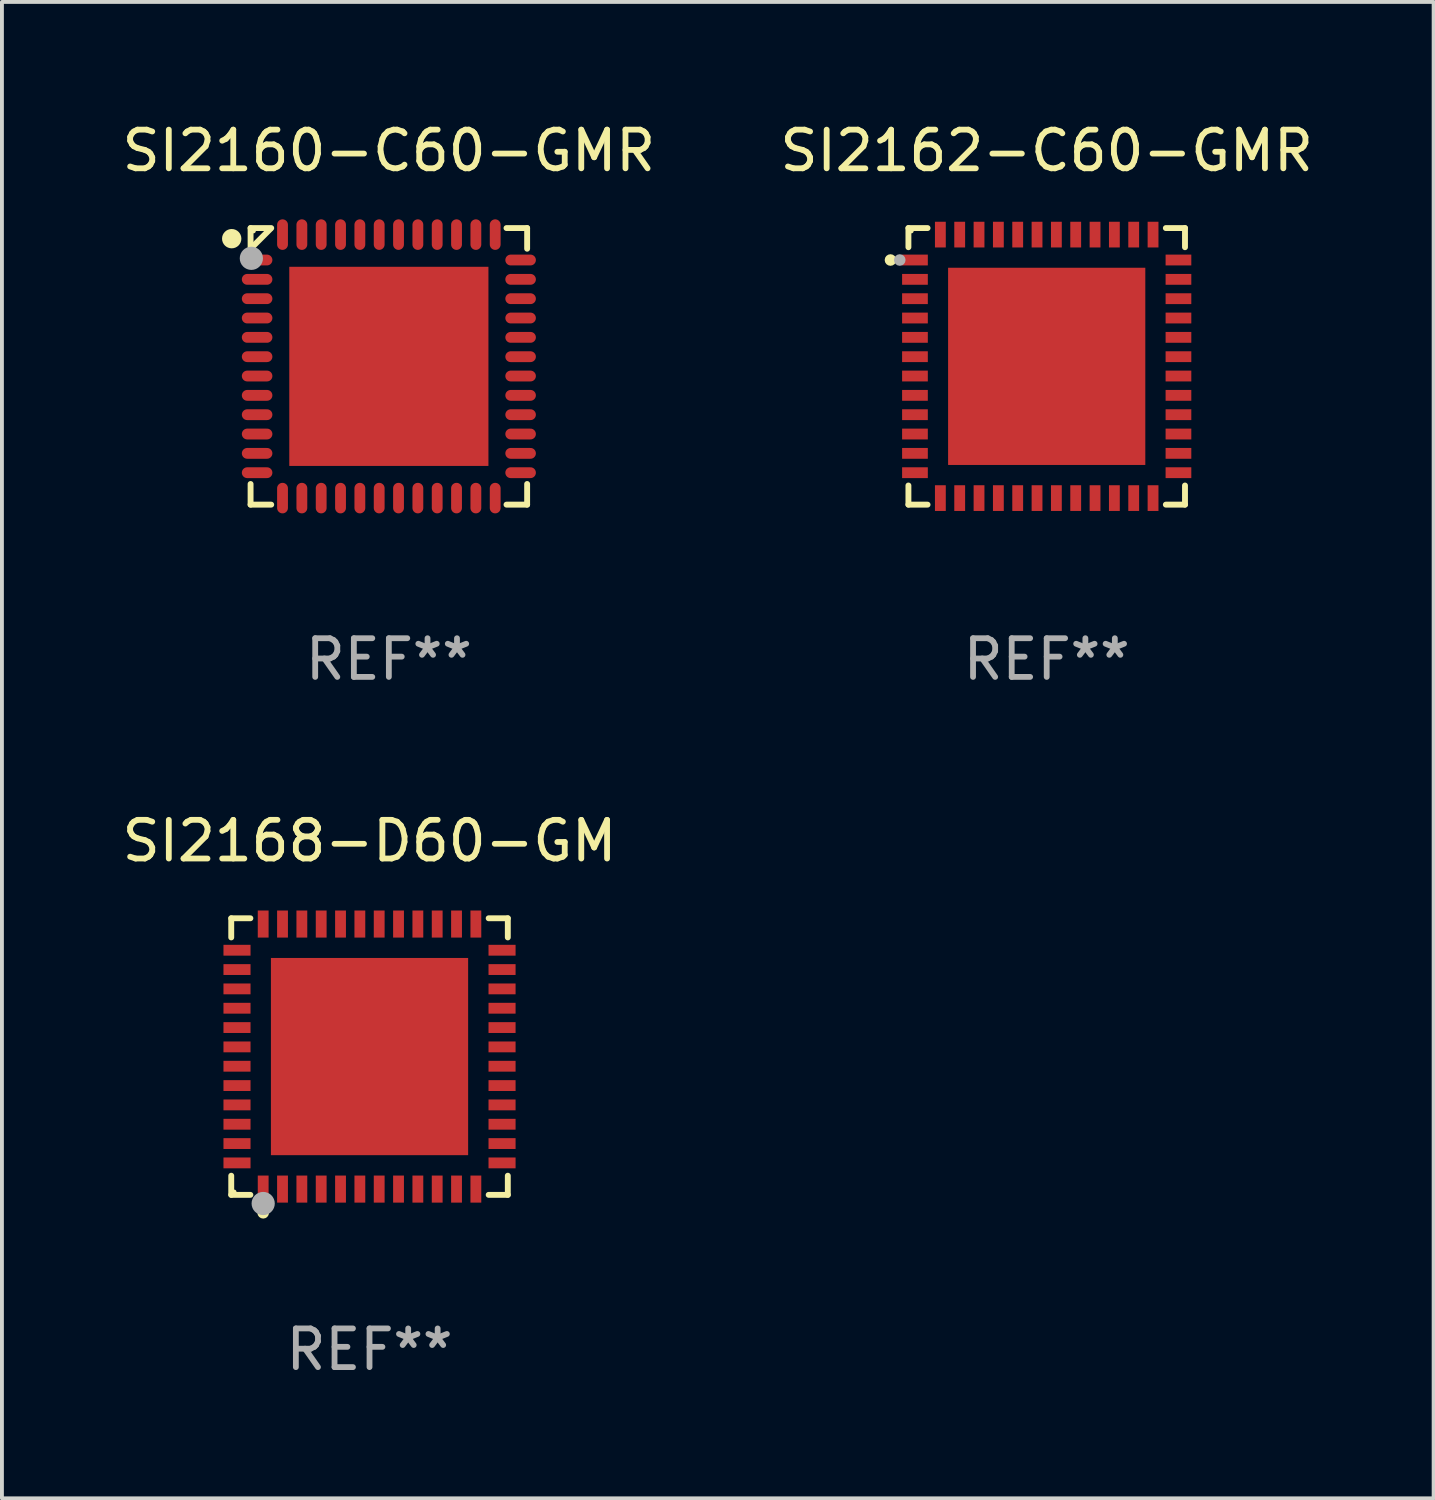
<source format=kicad_pcb>
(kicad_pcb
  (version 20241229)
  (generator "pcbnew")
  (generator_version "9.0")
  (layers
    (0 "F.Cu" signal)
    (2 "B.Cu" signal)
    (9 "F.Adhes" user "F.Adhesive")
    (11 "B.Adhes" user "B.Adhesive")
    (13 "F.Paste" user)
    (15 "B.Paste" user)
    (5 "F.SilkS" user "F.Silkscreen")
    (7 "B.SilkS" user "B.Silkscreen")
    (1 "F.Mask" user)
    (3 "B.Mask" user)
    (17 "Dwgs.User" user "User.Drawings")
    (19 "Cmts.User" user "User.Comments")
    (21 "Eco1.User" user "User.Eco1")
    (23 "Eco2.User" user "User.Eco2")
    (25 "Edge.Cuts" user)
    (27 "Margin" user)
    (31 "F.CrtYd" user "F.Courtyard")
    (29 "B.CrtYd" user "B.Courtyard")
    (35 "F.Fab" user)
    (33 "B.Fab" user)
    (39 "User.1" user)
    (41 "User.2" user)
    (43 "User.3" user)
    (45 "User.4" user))
  (footprint "SI2160-C60-GMR"
    (layer "F.Cu")
    (at 7.006 6.424)
    (property "Reference" "SI2160-C60-GMR" (at 0 -5.576 0) (layer "F.SilkS") (effects (font (size 1 1) (thickness 0.15))))
    (attr through_hole)
    (fp_line (start -3.576 -3.576) (end -3.042 -3.576) (stroke (width 0.152) (type solid)) (layer "F.SilkS"))
    (fp_line (start -3.576 -3.042) (end -3.576 -3.576) (stroke (width 0.152) (type solid)) (layer "F.SilkS"))
    (fp_line (start -3.576 3.042) (end -3.576 3.576) (stroke (width 0.152) (type solid)) (layer "F.SilkS"))
    (fp_line (start -3.576 3.576) (end -3.042 3.576) (stroke (width 0.152) (type solid)) (layer "F.SilkS"))
    (fp_line (start -3.069 -3.549) (end -3.549 -3.069) (stroke (width 0.152) (type solid)) (layer "F.SilkS"))
    (fp_line (start 3.576 -3.576) (end 3.042 -3.576) (stroke (width 0.152) (type solid)) (layer "F.SilkS"))
    (fp_line (start 3.576 -3.042) (end 3.576 -3.576) (stroke (width 0.152) (type solid)) (layer "F.SilkS"))
    (fp_line (start 3.576 3.042) (end 3.576 3.576) (stroke (width 0.152) (type solid)) (layer "F.SilkS"))
    (fp_line (start 3.576 3.576) (end 3.042 3.576) (stroke (width 0.152) (type solid)) (layer "F.SilkS"))
    (fp_circle (center -4.064 -3.302) (end -3.939 -3.302) (stroke (width 0.25) (type solid)) (fill no) (layer "F.SilkS"))
    (fp_circle (center -3.5 -3.5) (end -3.47 -3.5) (stroke (width 0.06) (type solid)) (fill no) (layer "F.SilkS"))
    (fp_circle (center -3.556 -2.794) (end -3.406 -2.794) (stroke (width 0.3) (type solid)) (fill no) (layer "F.Fab"))
    (fp_text user "REF**" (at 0 7.576 0) (layer "F.Fab") (effects (font (size 1 1) (thickness 0.15))))
    (pad "1" smd oval (at -3.407 -2.75) (size 0.79 0.28) (layers "F.Cu" "F.Mask" "F.Paste"))
    (pad "2" smd oval (at -3.407 -2.25) (size 0.79 0.28) (layers "F.Cu" "F.Mask" "F.Paste"))
    (pad "3" smd oval (at -3.407 -1.75) (size 0.79 0.28) (layers "F.Cu" "F.Mask" "F.Paste"))
    (pad "4" smd oval (at -3.407 -1.25) (size 0.79 0.28) (layers "F.Cu" "F.Mask" "F.Paste"))
    (pad "5" smd oval (at -3.407 -0.75) (size 0.79 0.28) (layers "F.Cu" "F.Mask" "F.Paste"))
    (pad "6" smd oval (at -3.407 -0.25) (size 0.79 0.28) (layers "F.Cu" "F.Mask" "F.Paste"))
    (pad "7" smd oval (at -3.407 0.25) (size 0.79 0.28) (layers "F.Cu" "F.Mask" "F.Paste"))
    (pad "8" smd oval (at -3.407 0.75) (size 0.79 0.28) (layers "F.Cu" "F.Mask" "F.Paste"))
    (pad "9" smd oval (at -3.407 1.25) (size 0.79 0.28) (layers "F.Cu" "F.Mask" "F.Paste"))
    (pad "10" smd oval (at -3.407 1.75) (size 0.79 0.28) (layers "F.Cu" "F.Mask" "F.Paste"))
    (pad "11" smd oval (at -3.407 2.25) (size 0.79 0.28) (layers "F.Cu" "F.Mask" "F.Paste"))
    (pad "12" smd oval (at -3.407 2.75) (size 0.79 0.28) (layers "F.Cu" "F.Mask" "F.Paste"))
    (pad "13" smd oval (at -2.75 3.407) (size 0.28 0.79) (layers "F.Cu" "F.Mask" "F.Paste"))
    (pad "14" smd oval (at -2.25 3.407) (size 0.28 0.79) (layers "F.Cu" "F.Mask" "F.Paste"))
    (pad "15" smd oval (at -1.75 3.407) (size 0.28 0.79) (layers "F.Cu" "F.Mask" "F.Paste"))
    (pad "16" smd oval (at -1.25 3.407) (size 0.28 0.79) (layers "F.Cu" "F.Mask" "F.Paste"))
    (pad "17" smd oval (at -0.75 3.407) (size 0.28 0.79) (layers "F.Cu" "F.Mask" "F.Paste"))
    (pad "18" smd oval (at -0.25 3.407) (size 0.28 0.79) (layers "F.Cu" "F.Mask" "F.Paste"))
    (pad "19" smd oval (at 0.25 3.407) (size 0.28 0.79) (layers "F.Cu" "F.Mask" "F.Paste"))
    (pad "20" smd oval (at 0.75 3.407) (size 0.28 0.79) (layers "F.Cu" "F.Mask" "F.Paste"))
    (pad "21" smd oval (at 1.25 3.407) (size 0.28 0.79) (layers "F.Cu" "F.Mask" "F.Paste"))
    (pad "22" smd oval (at 1.75 3.407) (size 0.28 0.79) (layers "F.Cu" "F.Mask" "F.Paste"))
    (pad "23" smd oval (at 2.25 3.407) (size 0.28 0.79) (layers "F.Cu" "F.Mask" "F.Paste"))
    (pad "24" smd oval (at 2.75 3.407) (size 0.28 0.79) (layers "F.Cu" "F.Mask" "F.Paste"))
    (pad "25" smd oval (at 3.407 2.75) (size 0.79 0.28) (layers "F.Cu" "F.Mask" "F.Paste"))
    (pad "26" smd oval (at 3.407 2.25) (size 0.79 0.28) (layers "F.Cu" "F.Mask" "F.Paste"))
    (pad "27" smd oval (at 3.407 1.75) (size 0.79 0.28) (layers "F.Cu" "F.Mask" "F.Paste"))
    (pad "28" smd oval (at 3.407 1.25) (size 0.79 0.28) (layers "F.Cu" "F.Mask" "F.Paste"))
    (pad "29" smd oval (at 3.407 0.75) (size 0.79 0.28) (layers "F.Cu" "F.Mask" "F.Paste"))
    (pad "30" smd oval (at 3.407 0.25) (size 0.79 0.28) (layers "F.Cu" "F.Mask" "F.Paste"))
    (pad "31" smd oval (at 3.407 -0.25) (size 0.79 0.28) (layers "F.Cu" "F.Mask" "F.Paste"))
    (pad "32" smd oval (at 3.407 -0.75) (size 0.79 0.28) (layers "F.Cu" "F.Mask" "F.Paste"))
    (pad "33" smd oval (at 3.407 -1.25) (size 0.79 0.28) (layers "F.Cu" "F.Mask" "F.Paste"))
    (pad "34" smd oval (at 3.407 -1.75) (size 0.79 0.28) (layers "F.Cu" "F.Mask" "F.Paste"))
    (pad "35" smd oval (at 3.407 -2.25) (size 0.79 0.28) (layers "F.Cu" "F.Mask" "F.Paste"))
    (pad "36" smd oval (at 3.407 -2.75) (size 0.79 0.28) (layers "F.Cu" "F.Mask" "F.Paste"))
    (pad "37" smd oval (at 2.75 -3.407) (size 0.28 0.79) (layers "F.Cu" "F.Mask" "F.Paste"))
    (pad "38" smd oval (at 2.25 -3.407) (size 0.28 0.79) (layers "F.Cu" "F.Mask" "F.Paste"))
    (pad "39" smd oval (at 1.75 -3.407) (size 0.28 0.79) (layers "F.Cu" "F.Mask" "F.Paste"))
    (pad "40" smd oval (at 1.25 -3.407) (size 0.28 0.79) (layers "F.Cu" "F.Mask" "F.Paste"))
    (pad "41" smd oval (at 0.75 -3.407) (size 0.28 0.79) (layers "F.Cu" "F.Mask" "F.Paste"))
    (pad "42" smd oval (at 0.25 -3.407) (size 0.28 0.79) (layers "F.Cu" "F.Mask" "F.Paste"))
    (pad "43" smd oval (at -0.25 -3.407) (size 0.28 0.79) (layers "F.Cu" "F.Mask" "F.Paste"))
    (pad "44" smd oval (at -0.75 -3.407) (size 0.28 0.79) (layers "F.Cu" "F.Mask" "F.Paste"))
    (pad "45" smd oval (at -1.25 -3.407) (size 0.28 0.79) (layers "F.Cu" "F.Mask" "F.Paste"))
    (pad "46" smd oval (at -1.75 -3.407) (size 0.28 0.79) (layers "F.Cu" "F.Mask" "F.Paste"))
    (pad "47" smd oval (at -2.25 -3.407) (size 0.28 0.79) (layers "F.Cu" "F.Mask" "F.Paste"))
    (pad "48" smd oval (at -2.75 -3.407) (size 0.28 0.79) (layers "F.Cu" "F.Mask" "F.Paste"))
    (pad "49" smd rect (at 0 0) (size 5.15 5.15) (layers "F.Cu" "F.Mask" "F.Paste")))
  (footprint "SI2168-D60-GM"
    (layer "F.Cu")
    (at 6.506 24.273)
    (property "Reference" "SI2168-D60-GM" (at 0 -5.576 0) (layer "F.SilkS") (effects (font (size 1 1) (thickness 0.15))))
    (attr through_hole)
    (fp_line (start -3.576 -3.576) (end -3.081 -3.576) (stroke (width 0.152) (type solid)) (layer "F.SilkS"))
    (fp_line (start -3.576 -3.081) (end -3.576 -3.576) (stroke (width 0.152) (type solid)) (layer "F.SilkS"))
    (fp_line (start -3.576 3.081) (end -3.576 3.576) (stroke (width 0.152) (type solid)) (layer "F.SilkS"))
    (fp_line (start -3.576 3.576) (end -3.081 3.576) (stroke (width 0.152) (type solid)) (layer "F.SilkS"))
    (fp_line (start 3.576 -3.576) (end 3.081 -3.576) (stroke (width 0.152) (type solid)) (layer "F.SilkS"))
    (fp_line (start 3.576 -3.081) (end 3.576 -3.576) (stroke (width 0.152) (type solid)) (layer "F.SilkS"))
    (fp_line (start 3.576 3.081) (end 3.576 3.576) (stroke (width 0.152) (type solid)) (layer "F.SilkS"))
    (fp_line (start 3.576 3.576) (end 3.081 3.576) (stroke (width 0.152) (type solid)) (layer "F.SilkS"))
    (fp_circle (center -3.5 3.5) (end -3.47 3.5) (stroke (width 0.06) (type solid)) (fill no) (layer "F.SilkS"))
    (fp_circle (center -2.75 4.04) (end -2.675 4.04) (stroke (width 0.15) (type solid)) (fill no) (layer "F.SilkS"))
    (fp_circle (center -2.75 3.8) (end -2.6 3.8) (stroke (width 0.3) (type solid)) (fill no) (layer "F.Fab"))
    (fp_text user "REF**" (at 0 7.576 0) (layer "F.Fab") (effects (font (size 1 1) (thickness 0.15))))
    (pad "1" smd rect (at -2.75 3.427) (size 0.28 0.7) (layers "F.Cu" "F.Mask" "F.Paste"))
    (pad "2" smd rect (at -2.25 3.427) (size 0.28 0.7) (layers "F.Cu" "F.Mask" "F.Paste"))
    (pad "3" smd rect (at -1.75 3.427) (size 0.28 0.7) (layers "F.Cu" "F.Mask" "F.Paste"))
    (pad "4" smd rect (at -1.25 3.427) (size 0.28 0.7) (layers "F.Cu" "F.Mask" "F.Paste"))
    (pad "5" smd rect (at -0.75 3.427) (size 0.28 0.7) (layers "F.Cu" "F.Mask" "F.Paste"))
    (pad "6" smd rect (at -0.25 3.427) (size 0.28 0.7) (layers "F.Cu" "F.Mask" "F.Paste"))
    (pad "7" smd rect (at 0.25 3.427) (size 0.28 0.7) (layers "F.Cu" "F.Mask" "F.Paste"))
    (pad "8" smd rect (at 0.75 3.427) (size 0.28 0.7) (layers "F.Cu" "F.Mask" "F.Paste"))
    (pad "9" smd rect (at 1.25 3.427) (size 0.28 0.7) (layers "F.Cu" "F.Mask" "F.Paste"))
    (pad "10" smd rect (at 1.75 3.427) (size 0.28 0.7) (layers "F.Cu" "F.Mask" "F.Paste"))
    (pad "11" smd rect (at 2.25 3.427) (size 0.28 0.7) (layers "F.Cu" "F.Mask" "F.Paste"))
    (pad "12" smd rect (at 2.75 3.427) (size 0.28 0.7) (layers "F.Cu" "F.Mask" "F.Paste"))
    (pad "13" smd rect (at 3.427 2.75) (size 0.7 0.28) (layers "F.Cu" "F.Mask" "F.Paste"))
    (pad "14" smd rect (at 3.427 2.25) (size 0.7 0.28) (layers "F.Cu" "F.Mask" "F.Paste"))
    (pad "15" smd rect (at 3.427 1.75) (size 0.7 0.28) (layers "F.Cu" "F.Mask" "F.Paste"))
    (pad "16" smd rect (at 3.427 1.25) (size 0.7 0.28) (layers "F.Cu" "F.Mask" "F.Paste"))
    (pad "17" smd rect (at 3.427 0.75) (size 0.7 0.28) (layers "F.Cu" "F.Mask" "F.Paste"))
    (pad "18" smd rect (at 3.427 0.25) (size 0.7 0.28) (layers "F.Cu" "F.Mask" "F.Paste"))
    (pad "19" smd rect (at 3.427 -0.25) (size 0.7 0.28) (layers "F.Cu" "F.Mask" "F.Paste"))
    (pad "20" smd rect (at 3.427 -0.75) (size 0.7 0.28) (layers "F.Cu" "F.Mask" "F.Paste"))
    (pad "21" smd rect (at 3.427 -1.25) (size 0.7 0.28) (layers "F.Cu" "F.Mask" "F.Paste"))
    (pad "22" smd rect (at 3.427 -1.75) (size 0.7 0.28) (layers "F.Cu" "F.Mask" "F.Paste"))
    (pad "23" smd rect (at 3.427 -2.25) (size 0.7 0.28) (layers "F.Cu" "F.Mask" "F.Paste"))
    (pad "24" smd rect (at 3.427 -2.75) (size 0.7 0.28) (layers "F.Cu" "F.Mask" "F.Paste"))
    (pad "25" smd rect (at 2.75 -3.427) (size 0.28 0.7) (layers "F.Cu" "F.Mask" "F.Paste"))
    (pad "26" smd rect (at 2.25 -3.427) (size 0.28 0.7) (layers "F.Cu" "F.Mask" "F.Paste"))
    (pad "27" smd rect (at 1.75 -3.427) (size 0.28 0.7) (layers "F.Cu" "F.Mask" "F.Paste"))
    (pad "28" smd rect (at 1.25 -3.427) (size 0.28 0.7) (layers "F.Cu" "F.Mask" "F.Paste"))
    (pad "29" smd rect (at 0.75 -3.427) (size 0.28 0.7) (layers "F.Cu" "F.Mask" "F.Paste"))
    (pad "30" smd rect (at 0.25 -3.427) (size 0.28 0.7) (layers "F.Cu" "F.Mask" "F.Paste"))
    (pad "31" smd rect (at -0.25 -3.427) (size 0.28 0.7) (layers "F.Cu" "F.Mask" "F.Paste"))
    (pad "32" smd rect (at -0.75 -3.427) (size 0.28 0.7) (layers "F.Cu" "F.Mask" "F.Paste"))
    (pad "33" smd rect (at -1.25 -3.427) (size 0.28 0.7) (layers "F.Cu" "F.Mask" "F.Paste"))
    (pad "34" smd rect (at -1.75 -3.427) (size 0.28 0.7) (layers "F.Cu" "F.Mask" "F.Paste"))
    (pad "35" smd rect (at -2.25 -3.427) (size 0.28 0.7) (layers "F.Cu" "F.Mask" "F.Paste"))
    (pad "36" smd rect (at -2.75 -3.427) (size 0.28 0.7) (layers "F.Cu" "F.Mask" "F.Paste"))
    (pad "37" smd rect (at -3.427 -2.75) (size 0.7 0.28) (layers "F.Cu" "F.Mask" "F.Paste"))
    (pad "38" smd rect (at -3.427 -2.25) (size 0.7 0.28) (layers "F.Cu" "F.Mask" "F.Paste"))
    (pad "39" smd rect (at -3.427 -1.75) (size 0.7 0.28) (layers "F.Cu" "F.Mask" "F.Paste"))
    (pad "40" smd rect (at -3.427 -1.25) (size 0.7 0.28) (layers "F.Cu" "F.Mask" "F.Paste"))
    (pad "41" smd rect (at -3.427 -0.75) (size 0.7 0.28) (layers "F.Cu" "F.Mask" "F.Paste"))
    (pad "42" smd rect (at -3.427 -0.25) (size 0.7 0.28) (layers "F.Cu" "F.Mask" "F.Paste"))
    (pad "43" smd rect (at -3.427 0.25) (size 0.7 0.28) (layers "F.Cu" "F.Mask" "F.Paste"))
    (pad "44" smd rect (at -3.427 0.75) (size 0.7 0.28) (layers "F.Cu" "F.Mask" "F.Paste"))
    (pad "45" smd rect (at -3.427 1.25) (size 0.7 0.28) (layers "F.Cu" "F.Mask" "F.Paste"))
    (pad "46" smd rect (at -3.427 1.75) (size 0.7 0.28) (layers "F.Cu" "F.Mask" "F.Paste"))
    (pad "47" smd rect (at -3.427 2.25) (size 0.7 0.28) (layers "F.Cu" "F.Mask" "F.Paste"))
    (pad "48" smd rect (at -3.427 2.75) (size 0.7 0.28) (layers "F.Cu" "F.Mask" "F.Paste"))
    (pad "49" smd rect (at 0 0) (size 5.1 5.1) (layers "F.Cu" "F.Mask" "F.Paste")))
  (footprint "SI2162-C60-GMR"
    (layer "F.Cu")
    (at 24.018 6.424)
    (property "Reference" "SI2162-C60-GMR" (at 0 -5.576 0) (layer "F.SilkS") (effects (font (size 1 1) (thickness 0.15))))
    (attr through_hole)
    (fp_line (start -3.576 -3.576) (end -3.576 -3.081) (stroke (width 0.152) (type solid)) (layer "F.SilkS"))
    (fp_line (start -3.576 3.576) (end -3.576 3.081) (stroke (width 0.152) (type solid)) (layer "F.SilkS"))
    (fp_line (start -3.081 -3.576) (end -3.576 -3.576) (stroke (width 0.152) (type solid)) (layer "F.SilkS"))
    (fp_line (start -3.081 3.576) (end -3.576 3.576) (stroke (width 0.152) (type solid)) (layer "F.SilkS"))
    (fp_line (start 3.081 -3.576) (end 3.576 -3.576) (stroke (width 0.152) (type solid)) (layer "F.SilkS"))
    (fp_line (start 3.081 3.576) (end 3.576 3.576) (stroke (width 0.152) (type solid)) (layer "F.SilkS"))
    (fp_line (start 3.576 -3.576) (end 3.576 -3.081) (stroke (width 0.152) (type solid)) (layer "F.SilkS"))
    (fp_line (start 3.576 3.576) (end 3.576 3.081) (stroke (width 0.152) (type solid)) (layer "F.SilkS"))
    (fp_circle (center -4.04 -2.75) (end -3.965 -2.75) (stroke (width 0.15) (type solid)) (fill no) (layer "F.SilkS"))
    (fp_circle (center -3.5 -3.5) (end -3.47 -3.5) (stroke (width 0.06) (type solid)) (fill no) (layer "F.SilkS"))
    (fp_circle (center -3.8 -2.75) (end -3.725 -2.75) (stroke (width 0.15) (type solid)) (fill no) (layer "F.Fab"))
    (fp_text user "REF**" (at 0 7.576 0) (layer "F.Fab") (effects (font (size 1 1) (thickness 0.15))))
    (pad "1" smd rect (at -3.407 -2.75) (size 0.665 0.28) (layers "F.Cu" "F.Mask" "F.Paste"))
    (pad "2" smd rect (at -3.407 -2.25) (size 0.665 0.28) (layers "F.Cu" "F.Mask" "F.Paste"))
    (pad "3" smd rect (at -3.407 -1.75) (size 0.665 0.28) (layers "F.Cu" "F.Mask" "F.Paste"))
    (pad "4" smd rect (at -3.407 -1.25) (size 0.665 0.28) (layers "F.Cu" "F.Mask" "F.Paste"))
    (pad "5" smd rect (at -3.407 -0.75) (size 0.665 0.28) (layers "F.Cu" "F.Mask" "F.Paste"))
    (pad "6" smd rect (at -3.407 -0.25) (size 0.665 0.28) (layers "F.Cu" "F.Mask" "F.Paste"))
    (pad "7" smd rect (at -3.407 0.25) (size 0.665 0.28) (layers "F.Cu" "F.Mask" "F.Paste"))
    (pad "8" smd rect (at -3.407 0.75) (size 0.665 0.28) (layers "F.Cu" "F.Mask" "F.Paste"))
    (pad "9" smd rect (at -3.407 1.25) (size 0.665 0.28) (layers "F.Cu" "F.Mask" "F.Paste"))
    (pad "10" smd rect (at -3.407 1.75) (size 0.665 0.28) (layers "F.Cu" "F.Mask" "F.Paste"))
    (pad "11" smd rect (at -3.407 2.25) (size 0.665 0.28) (layers "F.Cu" "F.Mask" "F.Paste"))
    (pad "12" smd rect (at -3.407 2.75) (size 0.665 0.28) (layers "F.Cu" "F.Mask" "F.Paste"))
    (pad "13" smd rect (at -2.75 3.407) (size 0.28 0.665) (layers "F.Cu" "F.Mask" "F.Paste"))
    (pad "14" smd rect (at -2.25 3.407) (size 0.28 0.665) (layers "F.Cu" "F.Mask" "F.Paste"))
    (pad "15" smd rect (at -1.75 3.407) (size 0.28 0.665) (layers "F.Cu" "F.Mask" "F.Paste"))
    (pad "16" smd rect (at -1.25 3.407) (size 0.28 0.665) (layers "F.Cu" "F.Mask" "F.Paste"))
    (pad "17" smd rect (at -0.75 3.407) (size 0.28 0.665) (layers "F.Cu" "F.Mask" "F.Paste"))
    (pad "18" smd rect (at -0.25 3.407) (size 0.28 0.665) (layers "F.Cu" "F.Mask" "F.Paste"))
    (pad "19" smd rect (at 0.25 3.407) (size 0.28 0.665) (layers "F.Cu" "F.Mask" "F.Paste"))
    (pad "20" smd rect (at 0.75 3.407) (size 0.28 0.665) (layers "F.Cu" "F.Mask" "F.Paste"))
    (pad "21" smd rect (at 1.25 3.407) (size 0.28 0.665) (layers "F.Cu" "F.Mask" "F.Paste"))
    (pad "22" smd rect (at 1.75 3.407) (size 0.28 0.665) (layers "F.Cu" "F.Mask" "F.Paste"))
    (pad "23" smd rect (at 2.25 3.407) (size 0.28 0.665) (layers "F.Cu" "F.Mask" "F.Paste"))
    (pad "24" smd rect (at 2.75 3.407) (size 0.28 0.665) (layers "F.Cu" "F.Mask" "F.Paste"))
    (pad "25" smd rect (at 3.407 2.75) (size 0.665 0.28) (layers "F.Cu" "F.Mask" "F.Paste"))
    (pad "26" smd rect (at 3.407 2.25) (size 0.665 0.28) (layers "F.Cu" "F.Mask" "F.Paste"))
    (pad "27" smd rect (at 3.407 1.75) (size 0.665 0.28) (layers "F.Cu" "F.Mask" "F.Paste"))
    (pad "28" smd rect (at 3.407 1.25) (size 0.665 0.28) (layers "F.Cu" "F.Mask" "F.Paste"))
    (pad "29" smd rect (at 3.407 0.75) (size 0.665 0.28) (layers "F.Cu" "F.Mask" "F.Paste"))
    (pad "30" smd rect (at 3.407 0.25) (size 0.665 0.28) (layers "F.Cu" "F.Mask" "F.Paste"))
    (pad "31" smd rect (at 3.407 -0.25) (size 0.665 0.28) (layers "F.Cu" "F.Mask" "F.Paste"))
    (pad "32" smd rect (at 3.407 -0.75) (size 0.665 0.28) (layers "F.Cu" "F.Mask" "F.Paste"))
    (pad "33" smd rect (at 3.407 -1.25) (size 0.665 0.28) (layers "F.Cu" "F.Mask" "F.Paste"))
    (pad "34" smd rect (at 3.407 -1.75) (size 0.665 0.28) (layers "F.Cu" "F.Mask" "F.Paste"))
    (pad "35" smd rect (at 3.407 -2.25) (size 0.665 0.28) (layers "F.Cu" "F.Mask" "F.Paste"))
    (pad "36" smd rect (at 3.407 -2.75) (size 0.665 0.28) (layers "F.Cu" "F.Mask" "F.Paste"))
    (pad "37" smd rect (at 2.75 -3.407) (size 0.28 0.665) (layers "F.Cu" "F.Mask" "F.Paste"))
    (pad "38" smd rect (at 2.25 -3.407) (size 0.28 0.665) (layers "F.Cu" "F.Mask" "F.Paste"))
    (pad "39" smd rect (at 1.75 -3.407) (size 0.28 0.665) (layers "F.Cu" "F.Mask" "F.Paste"))
    (pad "40" smd rect (at 1.25 -3.407) (size 0.28 0.665) (layers "F.Cu" "F.Mask" "F.Paste"))
    (pad "41" smd rect (at 0.75 -3.407) (size 0.28 0.665) (layers "F.Cu" "F.Mask" "F.Paste"))
    (pad "42" smd rect (at 0.25 -3.407) (size 0.28 0.665) (layers "F.Cu" "F.Mask" "F.Paste"))
    (pad "43" smd rect (at -0.25 -3.407) (size 0.28 0.665) (layers "F.Cu" "F.Mask" "F.Paste"))
    (pad "44" smd rect (at -0.75 -3.407) (size 0.28 0.665) (layers "F.Cu" "F.Mask" "F.Paste"))
    (pad "45" smd rect (at -1.25 -3.407) (size 0.28 0.665) (layers "F.Cu" "F.Mask" "F.Paste"))
    (pad "46" smd rect (at -1.75 -3.407) (size 0.28 0.665) (layers "F.Cu" "F.Mask" "F.Paste"))
    (pad "47" smd rect (at -2.25 -3.407) (size 0.28 0.665) (layers "F.Cu" "F.Mask" "F.Paste"))
    (pad "48" smd rect (at -2.75 -3.407) (size 0.28 0.665) (layers "F.Cu" "F.Mask" "F.Paste"))
    (pad "49" smd rect (at 0 0) (size 5.1 5.1) (layers "F.Cu" "F.Mask" "F.Paste")))
  (gr_rect
    (start -3 -3)
    (end 34.024 35.698)
    (stroke (width 0.1) (type default))
    (fill no)
    (layer "Edge.Cuts")))
</source>
